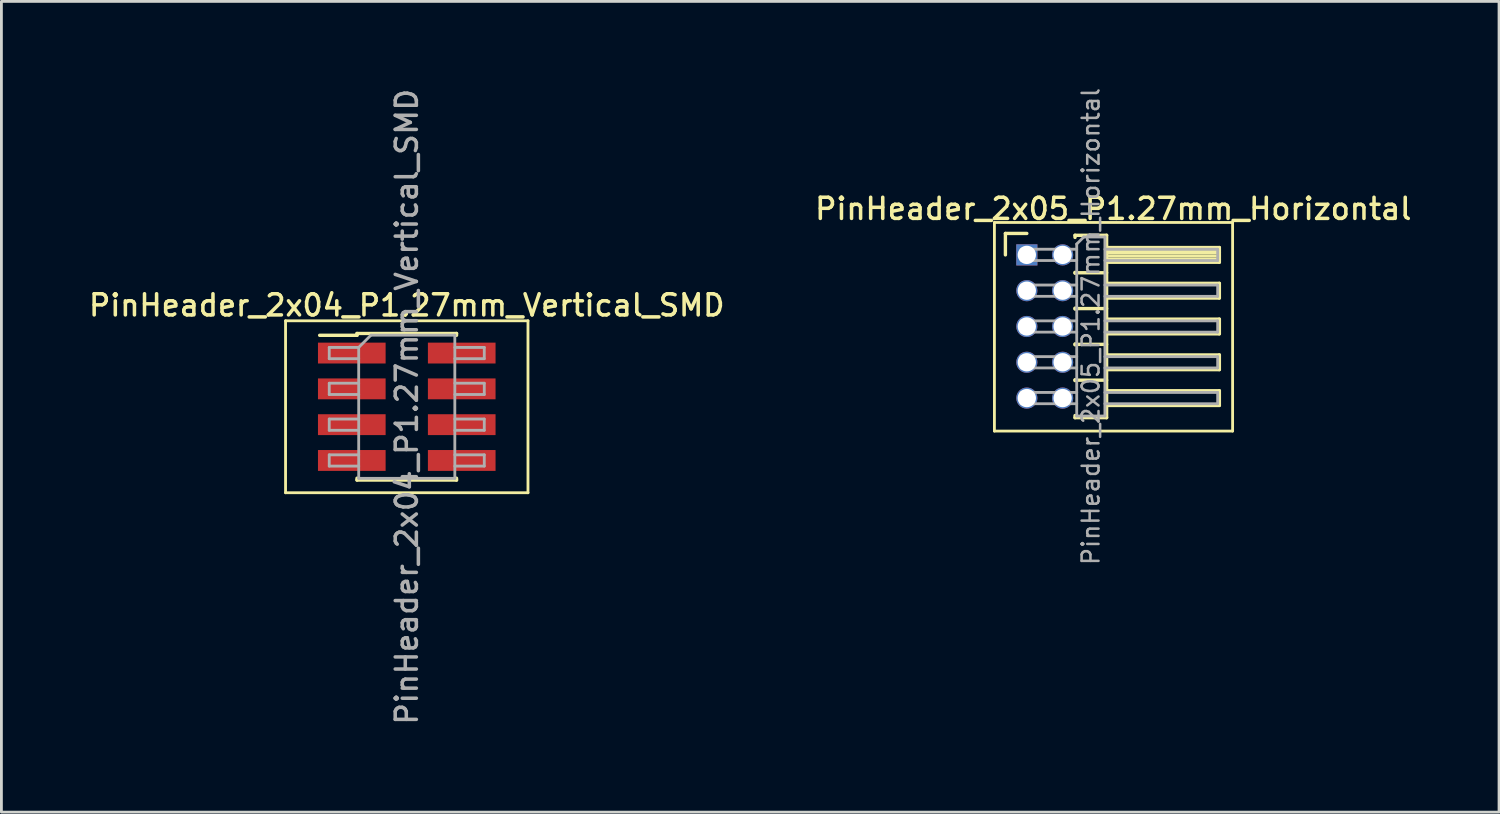
<source format=kicad_pcb>
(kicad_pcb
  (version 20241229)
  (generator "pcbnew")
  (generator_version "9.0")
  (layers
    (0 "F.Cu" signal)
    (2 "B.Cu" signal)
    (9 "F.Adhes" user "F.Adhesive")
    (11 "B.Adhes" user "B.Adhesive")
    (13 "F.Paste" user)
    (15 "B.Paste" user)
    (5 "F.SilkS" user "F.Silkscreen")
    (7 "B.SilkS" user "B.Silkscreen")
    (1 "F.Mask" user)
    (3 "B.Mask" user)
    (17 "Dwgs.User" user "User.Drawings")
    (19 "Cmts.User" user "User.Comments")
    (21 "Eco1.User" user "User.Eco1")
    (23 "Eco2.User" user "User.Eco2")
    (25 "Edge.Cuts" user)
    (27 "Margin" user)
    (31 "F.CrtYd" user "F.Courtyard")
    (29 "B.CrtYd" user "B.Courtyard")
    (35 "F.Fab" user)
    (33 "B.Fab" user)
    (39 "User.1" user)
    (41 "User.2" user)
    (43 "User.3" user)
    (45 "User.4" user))
  (footprint "PinHeader_2x05_P1.27mm_Horizontal"
    (layer "F.Cu")
    (at 33.377 5.992)
    (property "Reference" "PinHeader_2x05_P1.27mm_Horizontal" (at 3.067 -1.635 0) (layer "F.SilkS") (effects (font (size 0.75 0.75) (thickness 0.125))))
    (attr through_hole)
    (fp_line (start -1.15 -1.15) (end -1.15 6.25) (stroke (width 0.1) (type solid)) (layer "F.SilkS"))
    (fp_line (start -1.15 6.25) (end 7.3 6.25) (stroke (width 0.1) (type solid)) (layer "F.SilkS"))
    (fp_line (start -0.76 -0.76) (end 0 -0.76) (stroke (width 0.12) (type solid)) (layer "F.SilkS"))
    (fp_line (start -0.76 0) (end -0.76 -0.76) (stroke (width 0.12) (type solid)) (layer "F.SilkS"))
    (fp_line (start 1.71 -0.695) (end 2.83 -0.695) (stroke (width 0.12) (type solid)) (layer "F.SilkS"))
    (fp_line (start 1.71 -0.62) (end 1.71 -0.695) (stroke (width 0.12) (type solid)) (layer "F.SilkS"))
    (fp_line (start 1.71 0.62) (end 1.71 0.65) (stroke (width 0.12) (type solid)) (layer "F.SilkS"))
    (fp_line (start 1.71 0.635) (end 2.83 0.635) (stroke (width 0.12) (type solid)) (layer "F.SilkS"))
    (fp_line (start 1.71 1.89) (end 1.71 1.92) (stroke (width 0.12) (type solid)) (layer "F.SilkS"))
    (fp_line (start 1.71 1.905) (end 2.83 1.905) (stroke (width 0.12) (type solid)) (layer "F.SilkS"))
    (fp_line (start 1.71 3.16) (end 1.71 3.19) (stroke (width 0.12) (type solid)) (layer "F.SilkS"))
    (fp_line (start 1.71 3.175) (end 2.83 3.175) (stroke (width 0.12) (type solid)) (layer "F.SilkS"))
    (fp_line (start 1.71 4.43) (end 1.71 4.46) (stroke (width 0.12) (type solid)) (layer "F.SilkS"))
    (fp_line (start 1.71 4.445) (end 2.83 4.445) (stroke (width 0.12) (type solid)) (layer "F.SilkS"))
    (fp_line (start 1.71 5.775) (end 1.71 5.7) (stroke (width 0.12) (type solid)) (layer "F.SilkS"))
    (fp_line (start 2.83 -0.695) (end 2.83 5.775) (stroke (width 0.12) (type solid)) (layer "F.SilkS"))
    (fp_line (start 2.83 -0.26) (end 6.83 -0.26) (stroke (width 0.12) (type solid)) (layer "F.SilkS"))
    (fp_line (start 2.83 -0.2) (end 6.83 -0.2) (stroke (width 0.12) (type solid)) (layer "F.SilkS"))
    (fp_line (start 2.83 -0.08) (end 6.83 -0.08) (stroke (width 0.12) (type solid)) (layer "F.SilkS"))
    (fp_line (start 2.83 0.04) (end 6.83 0.04) (stroke (width 0.12) (type solid)) (layer "F.SilkS"))
    (fp_line (start 2.83 0.16) (end 6.83 0.16) (stroke (width 0.12) (type solid)) (layer "F.SilkS"))
    (fp_line (start 2.83 1.01) (end 6.83 1.01) (stroke (width 0.12) (type solid)) (layer "F.SilkS"))
    (fp_line (start 2.83 2.28) (end 6.83 2.28) (stroke (width 0.12) (type solid)) (layer "F.SilkS"))
    (fp_line (start 2.83 3.55) (end 6.83 3.55) (stroke (width 0.12) (type solid)) (layer "F.SilkS"))
    (fp_line (start 2.83 4.82) (end 6.83 4.82) (stroke (width 0.12) (type solid)) (layer "F.SilkS"))
    (fp_line (start 2.83 5.775) (end 1.71 5.775) (stroke (width 0.12) (type solid)) (layer "F.SilkS"))
    (fp_line (start 6.83 -0.26) (end 6.83 0.26) (stroke (width 0.12) (type solid)) (layer "F.SilkS"))
    (fp_line (start 6.83 0.26) (end 2.83 0.26) (stroke (width 0.12) (type solid)) (layer "F.SilkS"))
    (fp_line (start 6.83 1.01) (end 6.83 1.53) (stroke (width 0.12) (type solid)) (layer "F.SilkS"))
    (fp_line (start 6.83 1.53) (end 2.83 1.53) (stroke (width 0.12) (type solid)) (layer "F.SilkS"))
    (fp_line (start 6.83 2.28) (end 6.83 2.8) (stroke (width 0.12) (type solid)) (layer "F.SilkS"))
    (fp_line (start 6.83 2.8) (end 2.83 2.8) (stroke (width 0.12) (type solid)) (layer "F.SilkS"))
    (fp_line (start 6.83 3.55) (end 6.83 4.07) (stroke (width 0.12) (type solid)) (layer "F.SilkS"))
    (fp_line (start 6.83 4.07) (end 2.83 4.07) (stroke (width 0.12) (type solid)) (layer "F.SilkS"))
    (fp_line (start 6.83 4.82) (end 6.83 5.34) (stroke (width 0.12) (type solid)) (layer "F.SilkS"))
    (fp_line (start 6.83 5.34) (end 2.83 5.34) (stroke (width 0.12) (type solid)) (layer "F.SilkS"))
    (fp_line (start 7.3 -1.15) (end -1.15 -1.15) (stroke (width 0.1) (type solid)) (layer "F.SilkS"))
    (fp_line (start 7.3 6.25) (end 7.3 -1.15) (stroke (width 0.1) (type solid)) (layer "F.SilkS"))
    (fp_line (start -0.2 -0.2) (end -0.2 0.2) (stroke (width 0.1) (type solid)) (layer "F.Fab"))
    (fp_line (start -0.2 -0.2) (end 1.77 -0.2) (stroke (width 0.1) (type solid)) (layer "F.Fab"))
    (fp_line (start -0.2 0.2) (end 1.77 0.2) (stroke (width 0.1) (type solid)) (layer "F.Fab"))
    (fp_line (start -0.2 1.07) (end -0.2 1.47) (stroke (width 0.1) (type solid)) (layer "F.Fab"))
    (fp_line (start -0.2 1.07) (end 1.77 1.07) (stroke (width 0.1) (type solid)) (layer "F.Fab"))
    (fp_line (start -0.2 1.47) (end 1.77 1.47) (stroke (width 0.1) (type solid)) (layer "F.Fab"))
    (fp_line (start -0.2 2.34) (end -0.2 2.74) (stroke (width 0.1) (type solid)) (layer "F.Fab"))
    (fp_line (start -0.2 2.34) (end 1.77 2.34) (stroke (width 0.1) (type solid)) (layer "F.Fab"))
    (fp_line (start -0.2 2.74) (end 1.77 2.74) (stroke (width 0.1) (type solid)) (layer "F.Fab"))
    (fp_line (start -0.2 3.61) (end -0.2 4.01) (stroke (width 0.1) (type solid)) (layer "F.Fab"))
    (fp_line (start -0.2 3.61) (end 1.77 3.61) (stroke (width 0.1) (type solid)) (layer "F.Fab"))
    (fp_line (start -0.2 4.01) (end 1.77 4.01) (stroke (width 0.1) (type solid)) (layer "F.Fab"))
    (fp_line (start -0.2 4.88) (end -0.2 5.28) (stroke (width 0.1) (type solid)) (layer "F.Fab"))
    (fp_line (start -0.2 4.88) (end 1.77 4.88) (stroke (width 0.1) (type solid)) (layer "F.Fab"))
    (fp_line (start -0.2 5.28) (end 1.77 5.28) (stroke (width 0.1) (type solid)) (layer "F.Fab"))
    (fp_line (start 1.77 -0.385) (end 2.02 -0.635) (stroke (width 0.1) (type solid)) (layer "F.Fab"))
    (fp_line (start 1.77 5.715) (end 1.77 -0.385) (stroke (width 0.1) (type solid)) (layer "F.Fab"))
    (fp_line (start 2.02 -0.635) (end 2.77 -0.635) (stroke (width 0.1) (type solid)) (layer "F.Fab"))
    (fp_line (start 2.77 -0.635) (end 2.77 5.715) (stroke (width 0.1) (type solid)) (layer "F.Fab"))
    (fp_line (start 2.77 -0.2) (end 6.77 -0.2) (stroke (width 0.1) (type solid)) (layer "F.Fab"))
    (fp_line (start 2.77 0.2) (end 6.77 0.2) (stroke (width 0.1) (type solid)) (layer "F.Fab"))
    (fp_line (start 2.77 1.07) (end 6.77 1.07) (stroke (width 0.1) (type solid)) (layer "F.Fab"))
    (fp_line (start 2.77 1.47) (end 6.77 1.47) (stroke (width 0.1) (type solid)) (layer "F.Fab"))
    (fp_line (start 2.77 2.34) (end 6.77 2.34) (stroke (width 0.1) (type solid)) (layer "F.Fab"))
    (fp_line (start 2.77 2.74) (end 6.77 2.74) (stroke (width 0.1) (type solid)) (layer "F.Fab"))
    (fp_line (start 2.77 3.61) (end 6.77 3.61) (stroke (width 0.1) (type solid)) (layer "F.Fab"))
    (fp_line (start 2.77 4.01) (end 6.77 4.01) (stroke (width 0.1) (type solid)) (layer "F.Fab"))
    (fp_line (start 2.77 4.88) (end 6.77 4.88) (stroke (width 0.1) (type solid)) (layer "F.Fab"))
    (fp_line (start 2.77 5.28) (end 6.77 5.28) (stroke (width 0.1) (type solid)) (layer "F.Fab"))
    (fp_line (start 2.77 5.715) (end 1.77 5.715) (stroke (width 0.1) (type solid)) (layer "F.Fab"))
    (fp_line (start 6.77 -0.2) (end 6.77 0.2) (stroke (width 0.1) (type solid)) (layer "F.Fab"))
    (fp_line (start 6.77 1.07) (end 6.77 1.47) (stroke (width 0.1) (type solid)) (layer "F.Fab"))
    (fp_line (start 6.77 2.34) (end 6.77 2.74) (stroke (width 0.1) (type solid)) (layer "F.Fab"))
    (fp_line (start 6.77 3.61) (end 6.77 4.01) (stroke (width 0.1) (type solid)) (layer "F.Fab"))
    (fp_line (start 6.77 4.88) (end 6.77 5.28) (stroke (width 0.1) (type solid)) (layer "F.Fab"))
    (fp_text user "${REFERENCE}" (at 2.27 2.54 90) (layer "F.Fab") (effects (font (size 0.6 0.6) (thickness 0.09))))
    (pad "1" thru_hole rect (at 0 0) (size 0.75 0.75) (drill 0.65) (layers "*.Cu" "*.Mask"))
    (pad "2" thru_hole oval (at 1.27 0) (size 0.75 0.75) (drill 0.65) (layers "*.Cu" "*.Mask"))
    (pad "3" thru_hole oval (at 0 1.27) (size 0.75 0.75) (drill 0.65) (layers "*.Cu" "*.Mask"))
    (pad "4" thru_hole oval (at 1.27 1.27) (size 0.75 0.75) (drill 0.65) (layers "*.Cu" "*.Mask"))
    (pad "5" thru_hole oval (at 0 2.54) (size 0.75 0.75) (drill 0.65) (layers "*.Cu" "*.Mask"))
    (pad "6" thru_hole oval (at 1.27 2.54) (size 0.75 0.75) (drill 0.65) (layers "*.Cu" "*.Mask"))
    (pad "7" thru_hole oval (at 0 3.81) (size 0.75 0.75) (drill 0.65) (layers "*.Cu" "*.Mask"))
    (pad "8" thru_hole oval (at 1.27 3.81) (size 0.75 0.75) (drill 0.65) (layers "*.Cu" "*.Mask"))
    (pad "9" thru_hole oval (at 0 5.08) (size 0.75 0.75) (drill 0.65) (layers "*.Cu" "*.Mask"))
    (pad "10" thru_hole oval (at 1.27 5.08) (size 0.75 0.75) (drill 0.65) (layers "*.Cu" "*.Mask")))
  (footprint "PinHeader_2x04_P1.27mm_Vertical_SMD"
    (layer "F.Cu")
    (at 11.38 11.38)
    (property "Reference" "PinHeader_2x04_P1.27mm_Vertical_SMD" (at 0 -3.6 0) (layer "F.SilkS") (effects (font (size 0.75 0.75) (thickness 0.125))))
    (attr smd)
    (fp_line (start -4.3 -3.05) (end -4.3 3.05) (stroke (width 0.1) (type solid)) (layer "F.SilkS"))
    (fp_line (start -4.3 3.05) (end 4.3 3.05) (stroke (width 0.1) (type solid)) (layer "F.SilkS"))
    (fp_line (start -3.09 -2.535) (end -1.765 -2.535) (stroke (width 0.12) (type solid)) (layer "F.SilkS"))
    (fp_line (start -1.765 -2.6) (end -1.765 -2.535) (stroke (width 0.12) (type solid)) (layer "F.SilkS"))
    (fp_line (start -1.765 -2.6) (end 1.765 -2.6) (stroke (width 0.12) (type solid)) (layer "F.SilkS"))
    (fp_line (start -1.765 2.535) (end -1.765 2.6) (stroke (width 0.12) (type solid)) (layer "F.SilkS"))
    (fp_line (start -1.765 2.6) (end 1.765 2.6) (stroke (width 0.12) (type solid)) (layer "F.SilkS"))
    (fp_line (start 1.765 -2.6) (end 1.765 -2.535) (stroke (width 0.12) (type solid)) (layer "F.SilkS"))
    (fp_line (start 1.765 2.535) (end 1.765 2.6) (stroke (width 0.12) (type solid)) (layer "F.SilkS"))
    (fp_line (start 4.3 -3.05) (end -4.3 -3.05) (stroke (width 0.1) (type solid)) (layer "F.SilkS"))
    (fp_line (start 4.3 3.05) (end 4.3 -3.05) (stroke (width 0.1) (type solid)) (layer "F.SilkS"))
    (fp_line (start -2.75 -2.105) (end -2.75 -1.705) (stroke (width 0.1) (type solid)) (layer "F.Fab"))
    (fp_line (start -2.75 -1.705) (end -1.705 -1.705) (stroke (width 0.1) (type solid)) (layer "F.Fab"))
    (fp_line (start -2.75 -0.835) (end -2.75 -0.435) (stroke (width 0.1) (type solid)) (layer "F.Fab"))
    (fp_line (start -2.75 -0.435) (end -1.705 -0.435) (stroke (width 0.1) (type solid)) (layer "F.Fab"))
    (fp_line (start -2.75 0.435) (end -2.75 0.835) (stroke (width 0.1) (type solid)) (layer "F.Fab"))
    (fp_line (start -2.75 0.835) (end -1.705 0.835) (stroke (width 0.1) (type solid)) (layer "F.Fab"))
    (fp_line (start -2.75 1.705) (end -2.75 2.105) (stroke (width 0.1) (type solid)) (layer "F.Fab"))
    (fp_line (start -2.75 2.105) (end -1.705 2.105) (stroke (width 0.1) (type solid)) (layer "F.Fab"))
    (fp_line (start -1.705 -2.105) (end -2.75 -2.105) (stroke (width 0.1) (type solid)) (layer "F.Fab"))
    (fp_line (start -1.705 -2.105) (end -1.27 -2.54) (stroke (width 0.1) (type solid)) (layer "F.Fab"))
    (fp_line (start -1.705 -0.835) (end -2.75 -0.835) (stroke (width 0.1) (type solid)) (layer "F.Fab"))
    (fp_line (start -1.705 0.435) (end -2.75 0.435) (stroke (width 0.1) (type solid)) (layer "F.Fab"))
    (fp_line (start -1.705 1.705) (end -2.75 1.705) (stroke (width 0.1) (type solid)) (layer "F.Fab"))
    (fp_line (start -1.705 2.54) (end -1.705 -2.105) (stroke (width 0.1) (type solid)) (layer "F.Fab"))
    (fp_line (start -1.27 -2.54) (end 1.705 -2.54) (stroke (width 0.1) (type solid)) (layer "F.Fab"))
    (fp_line (start 1.705 -2.54) (end 1.705 2.54) (stroke (width 0.1) (type solid)) (layer "F.Fab"))
    (fp_line (start 1.705 -2.105) (end 2.75 -2.105) (stroke (width 0.1) (type solid)) (layer "F.Fab"))
    (fp_line (start 1.705 -0.835) (end 2.75 -0.835) (stroke (width 0.1) (type solid)) (layer "F.Fab"))
    (fp_line (start 1.705 0.435) (end 2.75 0.435) (stroke (width 0.1) (type solid)) (layer "F.Fab"))
    (fp_line (start 1.705 1.705) (end 2.75 1.705) (stroke (width 0.1) (type solid)) (layer "F.Fab"))
    (fp_line (start 1.705 2.54) (end -1.705 2.54) (stroke (width 0.1) (type solid)) (layer "F.Fab"))
    (fp_line (start 2.75 -2.105) (end 2.75 -1.705) (stroke (width 0.1) (type solid)) (layer "F.Fab"))
    (fp_line (start 2.75 -1.705) (end 1.705 -1.705) (stroke (width 0.1) (type solid)) (layer "F.Fab"))
    (fp_line (start 2.75 -0.835) (end 2.75 -0.435) (stroke (width 0.1) (type solid)) (layer "F.Fab"))
    (fp_line (start 2.75 -0.435) (end 1.705 -0.435) (stroke (width 0.1) (type solid)) (layer "F.Fab"))
    (fp_line (start 2.75 0.435) (end 2.75 0.835) (stroke (width 0.1) (type solid)) (layer "F.Fab"))
    (fp_line (start 2.75 0.835) (end 1.705 0.835) (stroke (width 0.1) (type solid)) (layer "F.Fab"))
    (fp_line (start 2.75 1.705) (end 2.75 2.105) (stroke (width 0.1) (type solid)) (layer "F.Fab"))
    (fp_line (start 2.75 2.105) (end 1.705 2.105) (stroke (width 0.1) (type solid)) (layer "F.Fab"))
    (fp_text user "${REFERENCE}" (at 0 0 90) (layer "F.Fab") (effects (font (size 0.75 0.75) (thickness 0.125))))
    (pad "1" smd rect (at -1.95 -1.905) (size 2.4 0.74) (layers "F.Cu" "F.Mask" "F.Paste"))
    (pad "2" smd rect (at 1.95 -1.905) (size 2.4 0.74) (layers "F.Cu" "F.Mask" "F.Paste"))
    (pad "3" smd rect (at -1.95 -0.635) (size 2.4 0.74) (layers "F.Cu" "F.Mask" "F.Paste"))
    (pad "4" smd rect (at 1.95 -0.635) (size 2.4 0.74) (layers "F.Cu" "F.Mask" "F.Paste"))
    (pad "5" smd rect (at -1.95 0.635) (size 2.4 0.74) (layers "F.Cu" "F.Mask" "F.Paste"))
    (pad "6" smd rect (at 1.95 0.635) (size 2.4 0.74) (layers "F.Cu" "F.Mask" "F.Paste"))
    (pad "7" smd rect (at -1.95 1.905) (size 2.4 0.74) (layers "F.Cu" "F.Mask" "F.Paste"))
    (pad "8" smd rect (at 1.95 1.905) (size 2.4 0.74) (layers "F.Cu" "F.Mask" "F.Paste")))
  (gr_rect
    (start -3 -3)
    (end 50.129 25.761)
    (stroke (width 0.1) (type default))
    (fill no)
    (layer "Edge.Cuts")))
</source>
